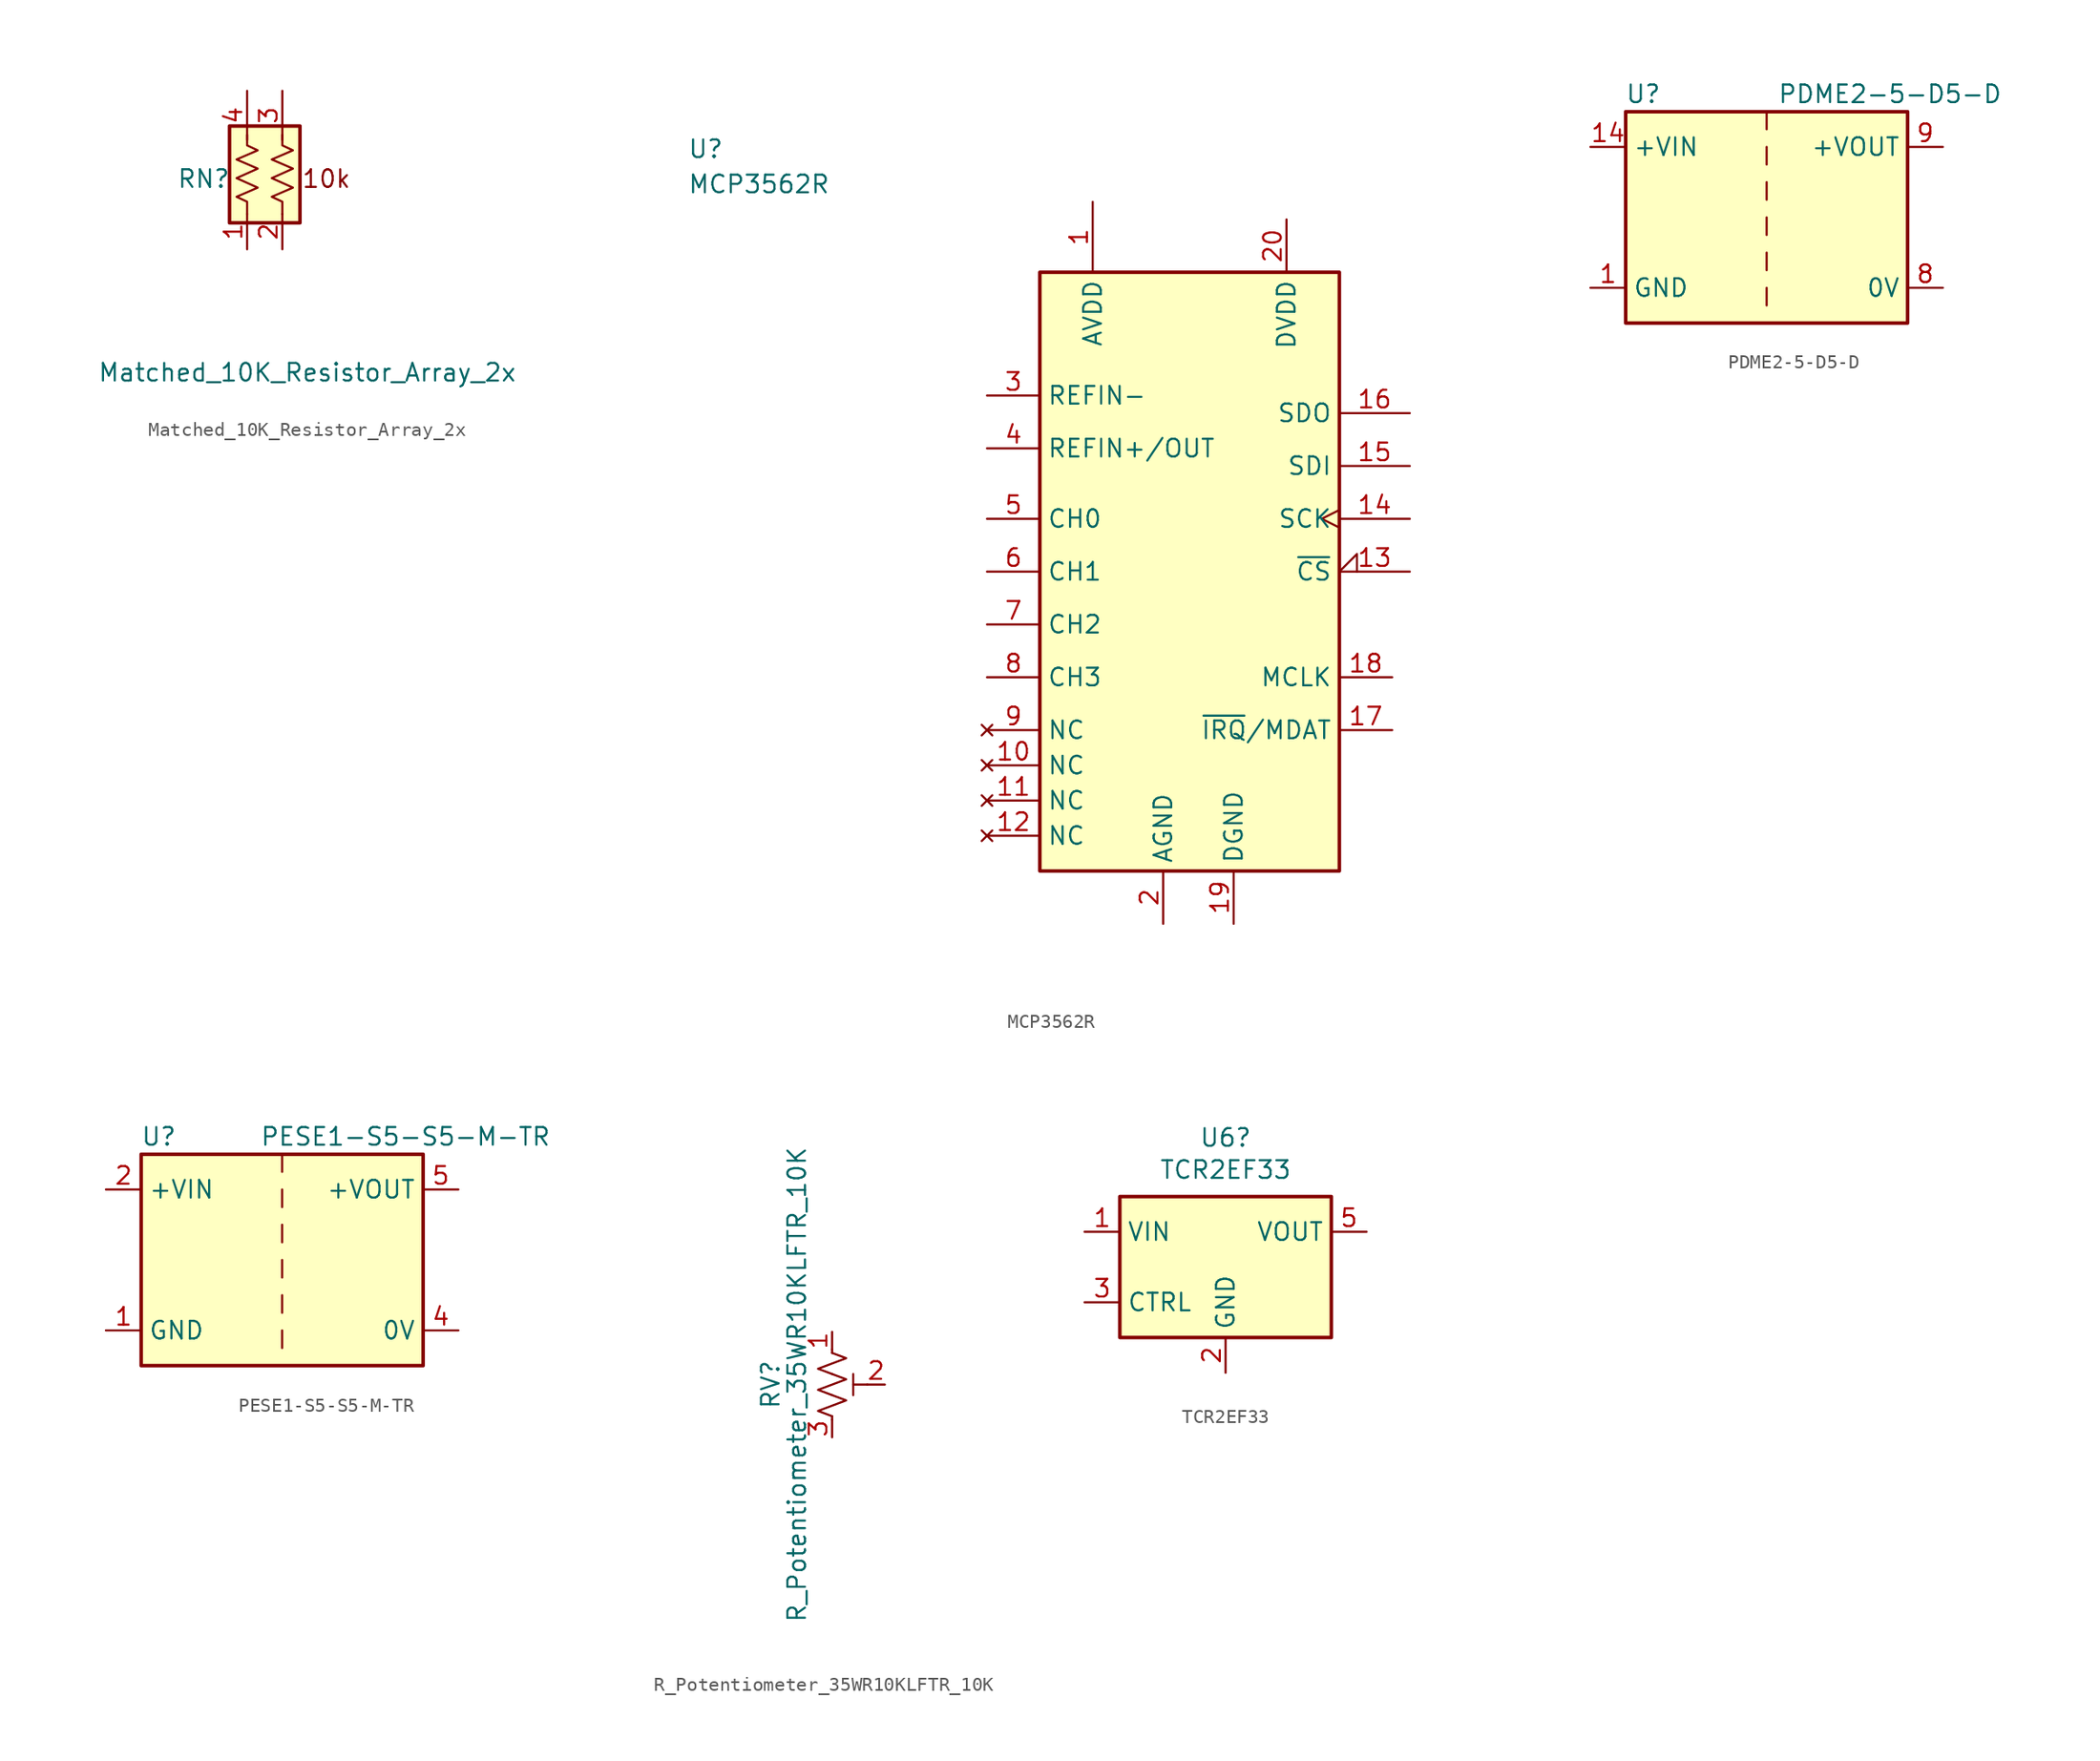
<source format=kicad_sym>
(kicad_symbol_lib
  (version 20220914)
  (generator kicad_symbol_editor)
  (symbol "Matched_10K_Resistor_Array_2x"
    (pin_names
      (offset 0.254))
    (property "Reference" "RN"
      (at -6.35 0 0)
      (effects (font (size 1.27 1.27)) (justify left)))
    (property "Value" "Matched_10K_Resistor_Array_2x"
      (at -12.065 -13.97 0)
      (effects (font (size 1.27 1.27)) (justify left)))
    (symbol "Matched_10K_Resistor_Array_2x_0_1"
      (rectangle (start -2.54 3.81) (end 2.54 -3.175) (stroke (width 0.254) (type default)) (fill (type background)))
      (polyline (pts (xy -1.27 3.175) (xy -1.27 2.413) (xy -0.508 2.057) (xy -2.032 1.397) (xy -0.508 0.737) (xy -2.032 0.051) (xy -0.508 -0.635) (xy -2.032 -1.295) (xy -1.27 -1.651) (xy -1.27 -2.54)) (stroke (width 0) (type default)) (fill (type none)))
      (polyline (pts (xy 1.27 3.175) (xy 1.27 2.413) (xy 2.032 2.057) (xy 0.508 1.397) (xy 2.032 0.737) (xy 0.508 0.051) (xy 2.032 -0.635) (xy 0.508 -1.295) (xy 1.27 -1.651) (xy 1.27 -2.54)) (stroke (width 0) (type default)) (fill (type none))))
    (symbol "Matched_10K_Resistor_Array_2x_1_1"
      (text "10k" (at 4.445 0 0) (effects (font (size 1.27 1.27))))
      (pin passive line (at -1.27 -5.08 90) (length 2.54) (name "~" (effects (font (size 1.27 1.27)))) (number "1" (effects (font (size 1.27 1.27)))))
      (pin passive line (at 1.27 -5.08 90) (length 2.54) (name "~" (effects (font (size 1.27 1.27)))) (number "2" (effects (font (size 1.27 1.27)))))
      (pin passive line (at 1.27 6.35 270) (length 3.54) (name "~" (effects (font (size 1.27 1.27)))) (number "3" (effects (font (size 1.27 1.27)))))
      (pin passive line (at -1.27 6.35 270) (length 3.54) (name "~" (effects (font (size 1.27 1.27)))) (number "4" (effects (font (size 1.27 1.27)))))))
  (symbol "MCP3562R"
    (property "Reference" "U"
      (at -36.83 27.94 0)
      (effects (font (size 1.27 1.27)) (justify left)))
    (property "Value" "MCP3562R"
      (at -36.83 25.4 0)
      (effects (font (size 1.27 1.27)) (justify left)))
    (symbol "MCP3562R_0_1"
      (rectangle (start -11.43 19.05) (end 10.16 -24.13) (stroke (width 0.254) (type default)) (fill (type background))))
    (symbol "MCP3562R_1_1"
      (pin power_in line (at -7.62 24.13 270) (length 5.08) (name "AVDD" (effects (font (size 1.27 1.27)))) (number "1" (effects (font (size 1.27 1.27)))))
      (pin no_connect line (at -15.24 -16.51 0) (length 3.81) (name "NC" (effects (font (size 1.27 1.27)))) (number "10" (effects (font (size 1.27 1.27)))))
      (pin no_connect line (at -15.24 -19.05 0) (length 3.81) (name "NC" (effects (font (size 1.27 1.27)))) (number "11" (effects (font (size 1.27 1.27)))))
      (pin no_connect line (at -15.24 -21.59 0) (length 3.81) (name "NC" (effects (font (size 1.27 1.27)))) (number "12" (effects (font (size 1.27 1.27)))))
      (pin input input_low (at 15.24 -2.54 180) (length 5.08) (name "~{CS}" (effects (font (size 1.27 1.27)))) (number "13" (effects (font (size 1.27 1.27)))))
      (pin input clock (at 15.24 1.27 180) (length 5.08) (name "SCK" (effects (font (size 1.27 1.27)))) (number "14" (effects (font (size 1.27 1.27)))))
      (pin input line (at 15.24 5.08 180) (length 5.08) (name "SDI" (effects (font (size 1.27 1.27)))) (number "15" (effects (font (size 1.27 1.27)))))
      (pin output line (at 15.24 8.89 180) (length 5.08) (name "SDO" (effects (font (size 1.27 1.27)))) (number "16" (effects (font (size 1.27 1.27)))))
      (pin input line (at 13.97 -13.97 180) (length 3.81) (name "~{IRQ}/MDAT" (effects (font (size 1.27 1.27)))) (number "17" (effects (font (size 1.27 1.27)))))
      (pin input line (at 13.97 -10.16 180) (length 3.81) (name "MCLK" (effects (font (size 1.27 1.27)))) (number "18" (effects (font (size 1.27 1.27)))))
      (pin input line (at 2.54 -27.94 90) (length 3.81) (name "DGND" (effects (font (size 1.27 1.27)))) (number "19" (effects (font (size 1.27 1.27)))))
      (pin power_in line (at -2.54 -27.94 90) (length 3.81) (name "AGND" (effects (font (size 1.27 1.27)))) (number "2" (effects (font (size 1.27 1.27)))))
      (pin power_in line (at 6.35 22.86 270) (length 3.81) (name "DVDD" (effects (font (size 1.27 1.27)))) (number "20" (effects (font (size 1.27 1.27)))))
      (pin input line (at -15.24 10.16 0) (length 3.81) (name "REFIN-" (effects (font (size 1.27 1.27)))) (number "3" (effects (font (size 1.27 1.27)))))
      (pin output line (at -15.24 6.35 0) (length 3.81) (name "REFIN+/OUT" (effects (font (size 1.27 1.27)))) (number "4" (effects (font (size 1.27 1.27)))))
      (pin input line (at -15.24 1.27 0) (length 3.81) (name "CH0" (effects (font (size 1.27 1.27)))) (number "5" (effects (font (size 1.27 1.27)))))
      (pin input line (at -15.24 -2.54 0) (length 3.81) (name "CH1" (effects (font (size 1.27 1.27)))) (number "6" (effects (font (size 1.27 1.27)))))
      (pin input line (at -15.24 -6.35 0) (length 3.81) (name "CH2" (effects (font (size 1.27 1.27)))) (number "7" (effects (font (size 1.27 1.27)))))
      (pin input line (at -15.24 -10.16 0) (length 3.81) (name "CH3" (effects (font (size 1.27 1.27)))) (number "8" (effects (font (size 1.27 1.27)))))
      (pin no_connect line (at -15.24 -13.97 0) (length 3.81) (name "NC" (effects (font (size 1.27 1.27)))) (number "9" (effects (font (size 1.27 1.27)))))))
  (symbol "PDME2-5-D5-D"
    (property "Reference" "U"
      (at -8.89 8.89 0)
      (effects (font (size 1.27 1.27))))
    (property "Value" "PDME2-5-D5-D"
      (at 8.89 8.89 0)
      (effects (font (size 1.27 1.27))))
    (symbol "PDME2-5-D5-D_0_1"
      (rectangle (start -10.16 7.62) (end 10.16 -7.62) (stroke (width 0.254) (type default)) (fill (type background)))
      (polyline (pts (xy 0 -5.08) (xy 0 -6.35)) (stroke (width 0) (type default)) (fill (type none)))
      (polyline (pts (xy 0 -2.54) (xy 0 -3.81)) (stroke (width 0) (type default)) (fill (type none)))
      (polyline (pts (xy 0 0) (xy 0 -1.27)) (stroke (width 0) (type default)) (fill (type none)))
      (polyline (pts (xy 0 2.54) (xy 0 1.27)) (stroke (width 0) (type default)) (fill (type none)))
      (polyline (pts (xy 0 5.08) (xy 0 3.81)) (stroke (width 0) (type default)) (fill (type none)))
      (polyline (pts (xy 0 7.62) (xy 0 6.35)) (stroke (width 0) (type default)) (fill (type none))))
    (symbol "PDME2-5-D5-D_1_1"
      (pin power_in line (at -12.7 -5.08 0) (length 2.54) (name "GND" (effects (font (size 1.27 1.27)))) (number "1" (effects (font (size 1.27 1.27)))))
      (pin power_in line (at -12.7 5.08 0) (length 2.54) (name "+VIN" (effects (font (size 1.27 1.27)))) (number "14" (effects (font (size 1.27 1.27)))))
      (pin no_connect line (at 10.16 -1.27 180) (length 2.54) hide (name "NC" (effects (font (size 1.27 1.27)))) (number "7" (effects (font (size 1.27 1.27)))))
      (pin power_out line (at 12.7 -5.08 180) (length 2.54) (name "0V" (effects (font (size 1.27 1.27)))) (number "8" (effects (font (size 1.27 1.27)))))
      (pin power_out line (at 12.7 5.08 180) (length 2.54) (name "+VOUT" (effects (font (size 1.27 1.27)))) (number "9" (effects (font (size 1.27 1.27)))))))
  (symbol "PESE1-S5-S5-M-TR"
    (property "Reference" "U"
      (at -8.89 8.89 0)
      (effects (font (size 1.27 1.27))))
    (property "Value" "PESE1-S5-S5-M-TR"
      (at 8.89 8.89 0)
      (effects (font (size 1.27 1.27))))
    (symbol "PESE1-S5-S5-M-TR_0_1"
      (rectangle (start -10.16 7.62) (end 10.16 -7.62) (stroke (width 0.254) (type default)) (fill (type background)))
      (polyline (pts (xy 0 -5.08) (xy 0 -6.35)) (stroke (width 0) (type default)) (fill (type none)))
      (polyline (pts (xy 0 -2.54) (xy 0 -3.81)) (stroke (width 0) (type default)) (fill (type none)))
      (polyline (pts (xy 0 0) (xy 0 -1.27)) (stroke (width 0) (type default)) (fill (type none)))
      (polyline (pts (xy 0 2.54) (xy 0 1.27)) (stroke (width 0) (type default)) (fill (type none)))
      (polyline (pts (xy 0 5.08) (xy 0 3.81)) (stroke (width 0) (type default)) (fill (type none)))
      (polyline (pts (xy 0 7.62) (xy 0 6.35)) (stroke (width 0) (type default)) (fill (type none))))
    (symbol "PESE1-S5-S5-M-TR_1_1"
      (pin power_in line (at -12.7 -5.08 0) (length 2.54) (name "GND" (effects (font (size 1.27 1.27)))) (number "1" (effects (font (size 1.27 1.27)))))
      (pin power_in line (at -12.7 5.08 0) (length 2.54) (name "+VIN" (effects (font (size 1.27 1.27)))) (number "2" (effects (font (size 1.27 1.27)))))
      (pin power_out line (at 12.7 -5.08 180) (length 2.54) (name "0V" (effects (font (size 1.27 1.27)))) (number "4" (effects (font (size 1.27 1.27)))))
      (pin power_out line (at 12.7 5.08 180) (length 2.54) (name "+VOUT" (effects (font (size 1.27 1.27)))) (number "5" (effects (font (size 1.27 1.27)))))
      (pin no_connect line (at 10.16 -1.27 180) (length 2.54) hide (name "NC" (effects (font (size 1.27 1.27)))) (number "8" (effects (font (size 1.27 1.27)))))))
  (symbol "R_Potentiometer_35WR10KLFTR_10K"
    (pin_names
      (offset 1.016) hide)
    (property "Reference" "RV"
      (at -4.445 0 90)
      (effects (font (size 1.27 1.27))))
    (property "Value" "R_Potentiometer_35WR10KLFTR_10K"
      (at -2.54 0 90)
      (effects (font (size 1.27 1.27))))
    (symbol "R_Potentiometer_35WR10KLFTR_10K_0_1"
      (polyline (pts (xy 0 -2.286) (xy 0 -2.54)) (stroke (width 0) (type default)) (fill (type none)))
      (polyline (pts (xy 0 2.286) (xy 0 2.54)) (stroke (width 0) (type default)) (fill (type none)))
      (polyline (pts (xy 1.524 0.762) (xy 1.524 -0.762)) (stroke (width 0) (type default)) (fill (type none)))
      (polyline (pts (xy 2.54 0) (xy 1.524 0)) (stroke (width 0) (type default)) (fill (type none)))
      (polyline (pts (xy 0 -0.762) (xy 1.016 -1.143) (xy 0 -1.524) (xy -1.016 -1.905) (xy 0 -2.286)) (stroke (width 0) (type default)) (fill (type none)))
      (polyline (pts (xy 0 0.762) (xy 1.016 0.381) (xy 0 0) (xy -1.016 -0.381) (xy 0 -0.762)) (stroke (width 0) (type default)) (fill (type none)))
      (polyline (pts (xy 0 2.286) (xy 1.016 1.905) (xy 0 1.524) (xy -1.016 1.143) (xy 0 0.762)) (stroke (width 0) (type default)) (fill (type none))))
    (symbol "R_Potentiometer_35WR10KLFTR_10K_1_1"
      (pin passive line (at 0 3.81 270) (length 1.27) (name "1" (effects (font (size 1.27 1.27)))) (number "1" (effects (font (size 1.27 1.27)))))
      (pin passive line (at 3.81 0 180) (length 1.27) (name "2" (effects (font (size 1.27 1.27)))) (number "2" (effects (font (size 1.27 1.27)))))
      (pin passive line (at 0 -3.81 90) (length 1.27) (name "3" (effects (font (size 1.27 1.27)))) (number "3" (effects (font (size 1.27 1.27)))))))
  (symbol "TCR2EF33"
    (property "Reference" "U6"
      (at 0 9.322 0)
      (effects (font (size 1.27 1.27))))
    (property "Value" "TCR2EF33"
      (at 0 7.01 0)
      (effects (font (size 1.27 1.27))))
    (symbol "TCR2EF33_0_1"
      (rectangle (start -7.62 5.08) (end 7.62 -5.08) (stroke (width 0.254) (type default)) (fill (type background))))
    (symbol "TCR2EF33_1_1"
      (pin power_in line (at -10.16 2.54 0) (length 2.54) (name "VIN" (effects (font (size 1.27 1.27)))) (number "1" (effects (font (size 1.27 1.27)))))
      (pin power_in line (at 0 -7.62 90) (length 2.54) (name "GND" (effects (font (size 1.27 1.27)))) (number "2" (effects (font (size 1.27 1.27)))))
      (pin input line (at -10.16 -2.54 0) (length 2.54) (name "CTRL" (effects (font (size 1.27 1.27)))) (number "3" (effects (font (size 1.27 1.27)))))
      (pin no_connect line (at 7.62 -2.54 180) (length 2.54) hide (name "NC" (effects (font (size 1.27 1.27)))) (number "4" (effects (font (size 1.27 1.27)))))
      (pin power_out line (at 10.16 2.54 180) (length 2.54) (name "VOUT" (effects (font (size 1.27 1.27)))) (number "5" (effects (font (size 1.27 1.27))))))))
</source>
